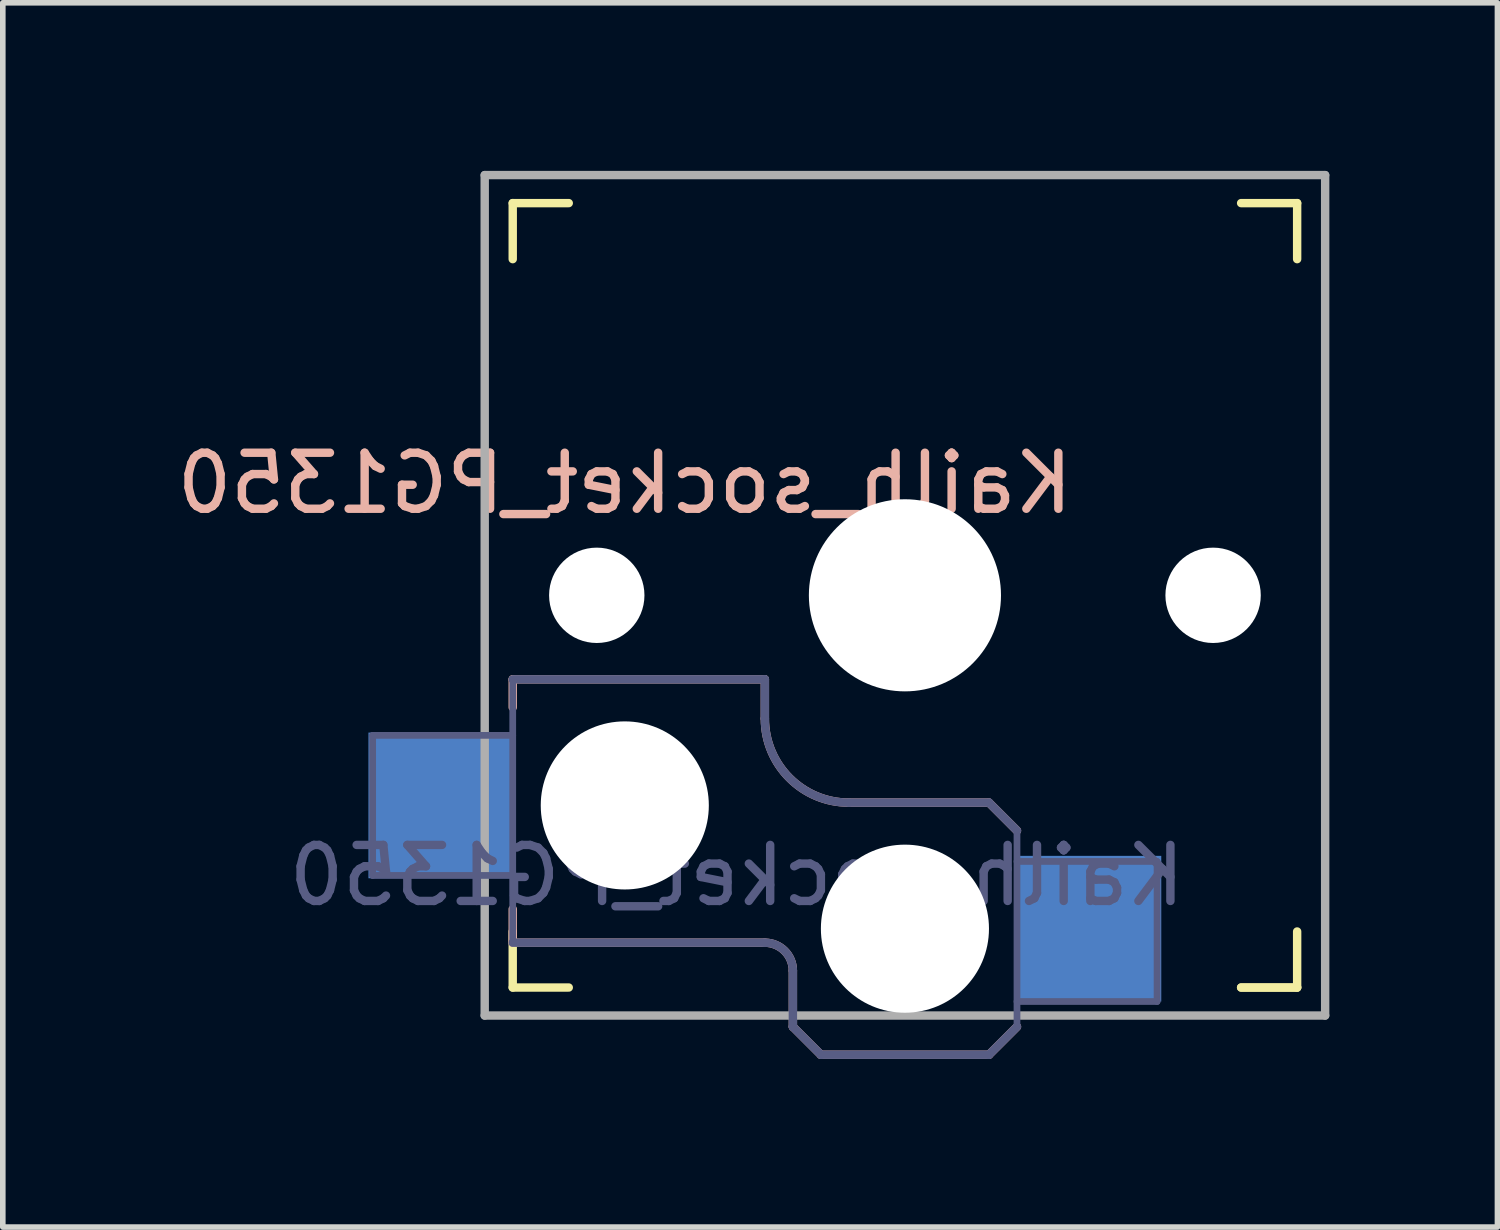
<source format=kicad_pcb>
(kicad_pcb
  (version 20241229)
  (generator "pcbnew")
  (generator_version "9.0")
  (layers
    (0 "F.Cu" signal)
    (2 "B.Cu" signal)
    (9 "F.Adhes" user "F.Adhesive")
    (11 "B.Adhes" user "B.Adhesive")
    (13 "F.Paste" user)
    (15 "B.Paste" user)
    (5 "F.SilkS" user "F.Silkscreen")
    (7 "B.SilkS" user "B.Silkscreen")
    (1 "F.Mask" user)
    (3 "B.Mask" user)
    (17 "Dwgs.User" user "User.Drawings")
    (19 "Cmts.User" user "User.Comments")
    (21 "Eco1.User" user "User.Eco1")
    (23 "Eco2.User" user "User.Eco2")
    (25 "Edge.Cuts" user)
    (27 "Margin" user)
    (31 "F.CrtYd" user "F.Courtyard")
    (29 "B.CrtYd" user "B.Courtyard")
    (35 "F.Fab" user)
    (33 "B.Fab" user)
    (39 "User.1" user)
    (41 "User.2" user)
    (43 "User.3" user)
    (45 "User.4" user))
  (footprint "Kailh_socket_PG1350"
    (layer "F.Cu")
    (at 13.101 7.575)
    (property "Reference" "Kailh_socket_PG1350" (at -5 -2 0) (layer "B.SilkS") (effects (font (size 1 1) (thickness 0.15)) (justify mirror)))
    (attr smd)
    (fp_line (start -7 -6) (end -7 -7) (stroke (width 0.15) (type solid)) (layer "F.SilkS"))
    (fp_line (start -7 7) (end -7 6) (stroke (width 0.15) (type solid)) (layer "F.SilkS"))
    (fp_line (start -7 7) (end -6 7) (stroke (width 0.15) (type solid)) (layer "F.SilkS"))
    (fp_line (start -6 -7) (end -7 -7) (stroke (width 0.15) (type solid)) (layer "F.SilkS"))
    (fp_line (start 6 7) (end 7 7) (stroke (width 0.15) (type solid)) (layer "F.SilkS"))
    (fp_line (start 7 -7) (end 6 -7) (stroke (width 0.15) (type solid)) (layer "F.SilkS"))
    (fp_line (start 7 -7) (end 7 -6) (stroke (width 0.15) (type solid)) (layer "F.SilkS"))
    (fp_line (start 7 6) (end 7 7) (stroke (width 0.15) (type solid)) (layer "F.SilkS"))
    (fp_line (start 7 7) (end 6 7) (stroke (width 0.15) (type solid)) (layer "F.SilkS"))
    (fp_line (start -7 1.5) (end -7 2) (stroke (width 0.15) (type solid)) (layer "B.SilkS"))
    (fp_line (start -7 5.6) (end -7 6.2) (stroke (width 0.15) (type solid)) (layer "B.SilkS"))
    (fp_line (start -7 6.2) (end -2.5 6.2) (stroke (width 0.15) (type solid)) (layer "B.SilkS"))
    (fp_line (start -2.5 1.5) (end -7 1.5) (stroke (width 0.15) (type solid)) (layer "B.SilkS"))
    (fp_line (start -2.5 2.2) (end -2.5 1.5) (stroke (width 0.15) (type solid)) (layer "B.SilkS"))
    (fp_line (start -2 6.7) (end -2 7.7) (stroke (width 0.15) (type solid)) (layer "B.SilkS"))
    (fp_line (start -1.5 8.2) (end -2 7.7) (stroke (width 0.15) (type solid)) (layer "B.SilkS"))
    (fp_line (start 1.5 3.7) (end -1 3.7) (stroke (width 0.15) (type solid)) (layer "B.SilkS"))
    (fp_line (start 1.5 8.2) (end -1.5 8.2) (stroke (width 0.15) (type solid)) (layer "B.SilkS"))
    (fp_line (start 2 4.2) (end 1.5 3.7) (stroke (width 0.15) (type solid)) (layer "B.SilkS"))
    (fp_line (start 2 7.7) (end 1.5 8.2) (stroke (width 0.15) (type solid)) (layer "B.SilkS"))
    (fp_arc (start -2.5 6.2) (mid -2.146447 6.346447) (end -2 6.7) (stroke (width 0.15) (type solid)) (layer "B.SilkS"))
    (fp_arc (start -1 3.7) (mid -2.06066 3.26066) (end -2.5 2.2) (stroke (width 0.15) (type solid)) (layer "B.SilkS"))
    (fp_line (start -6.9 6.9) (end -6.9 -6.9) (stroke (width 0.15) (type solid)) (layer "Eco2.User"))
    (fp_line (start -6.9 6.9) (end 6.9 6.9) (stroke (width 0.15) (type solid)) (layer "Eco2.User"))
    (fp_line (start 6.9 -6.9) (end -6.9 -6.9) (stroke (width 0.15) (type solid)) (layer "Eco2.User"))
    (fp_line (start 6.9 -6.9) (end 6.9 6.9) (stroke (width 0.15) (type solid)) (layer "Eco2.User"))
    (fp_line (start -9.5 2.5) (end -7 2.5) (stroke (width 0.12) (type solid)) (layer "B.Fab"))
    (fp_line (start -9.5 5) (end -9.5 2.5) (stroke (width 0.12) (type solid)) (layer "B.Fab"))
    (fp_line (start -7 1.5) (end -7 6.2) (stroke (width 0.12) (type solid)) (layer "B.Fab"))
    (fp_line (start -7 5) (end -9.5 5) (stroke (width 0.12) (type solid)) (layer "B.Fab"))
    (fp_line (start -7 6.2) (end -2.5 6.2) (stroke (width 0.15) (type solid)) (layer "B.Fab"))
    (fp_line (start -2.5 1.5) (end -7 1.5) (stroke (width 0.15) (type solid)) (layer "B.Fab"))
    (fp_line (start -2.5 2.2) (end -2.5 1.5) (stroke (width 0.15) (type solid)) (layer "B.Fab"))
    (fp_line (start -2 6.7) (end -2 7.7) (stroke (width 0.15) (type solid)) (layer "B.Fab"))
    (fp_line (start -1.5 8.2) (end -2 7.7) (stroke (width 0.15) (type solid)) (layer "B.Fab"))
    (fp_line (start 1.5 3.7) (end -1 3.7) (stroke (width 0.15) (type solid)) (layer "B.Fab"))
    (fp_line (start 1.5 8.2) (end -1.5 8.2) (stroke (width 0.15) (type solid)) (layer "B.Fab"))
    (fp_line (start 2 4.2) (end 1.5 3.7) (stroke (width 0.15) (type solid)) (layer "B.Fab"))
    (fp_line (start 2 4.25) (end 2 7.7) (stroke (width 0.12) (type solid)) (layer "B.Fab"))
    (fp_line (start 2 4.75) (end 4.5 4.75) (stroke (width 0.12) (type solid)) (layer "B.Fab"))
    (fp_line (start 2 7.7) (end 1.5 8.2) (stroke (width 0.15) (type solid)) (layer "B.Fab"))
    (fp_line (start 4.5 4.75) (end 4.5 7.25) (stroke (width 0.12) (type solid)) (layer "B.Fab"))
    (fp_line (start 4.5 7.25) (end 2 7.25) (stroke (width 0.12) (type solid)) (layer "B.Fab"))
    (fp_arc (start -2.5 6.2) (mid -2.146447 6.346447) (end -2 6.7) (stroke (width 0.15) (type solid)) (layer "B.Fab"))
    (fp_arc (start -1 3.7) (mid -2.06066 3.26066) (end -2.5 2.2) (stroke (width 0.15) (type solid)) (layer "B.Fab"))
    (fp_line (start -7.5 -7.5) (end 7.5 -7.5) (stroke (width 0.15) (type solid)) (layer "F.Fab"))
    (fp_line (start -7.5 7.5) (end -7.5 -7.5) (stroke (width 0.15) (type solid)) (layer "F.Fab"))
    (fp_line (start 7.5 -7.5) (end 7.5 7.5) (stroke (width 0.15) (type solid)) (layer "F.Fab"))
    (fp_line (start 7.5 7.5) (end -7.5 7.5) (stroke (width 0.15) (type solid)) (layer "F.Fab"))
    (fp_text user "${REFERENCE}" (at -3 5 0) (layer "B.Fab") (effects (font (size 1 1) (thickness 0.15)) (justify mirror)))
    (pad "" np_thru_hole circle (at -5.5 0) (size 1.702 1.702) (drill 1.702) (layers "*.Cu" "*.Mask"))
    (pad "" np_thru_hole circle (at -5 3.75) (size 3 3) (drill 3) (layers "*.Cu" "*.Mask"))
    (pad "" np_thru_hole circle (at 0 0) (size 3.429 3.429) (drill 3.429) (layers "*.Cu" "*.Mask"))
    (pad "" np_thru_hole circle (at 0 5.95) (size 3 3) (drill 3) (layers "*.Cu" "*.Mask"))
    (pad "" np_thru_hole circle (at 5.5 0) (size 1.702 1.702) (drill 1.702) (layers "*.Cu" "*.Mask"))
    (pad "1" smd rect (at 3.275 5.95) (size 2.6 2.6) (layers "B.Cu" "B.Mask" "B.Paste"))
    (pad "2" smd rect (at -8.275 3.75) (size 2.6 2.6) (layers "B.Cu" "B.Mask" "B.Paste")))
  (gr_rect
    (start -3 -3)
    (end 23.676 18.85)
    (stroke (width 0.1) (type default))
    (fill no)
    (layer "Edge.Cuts")))
</source>
